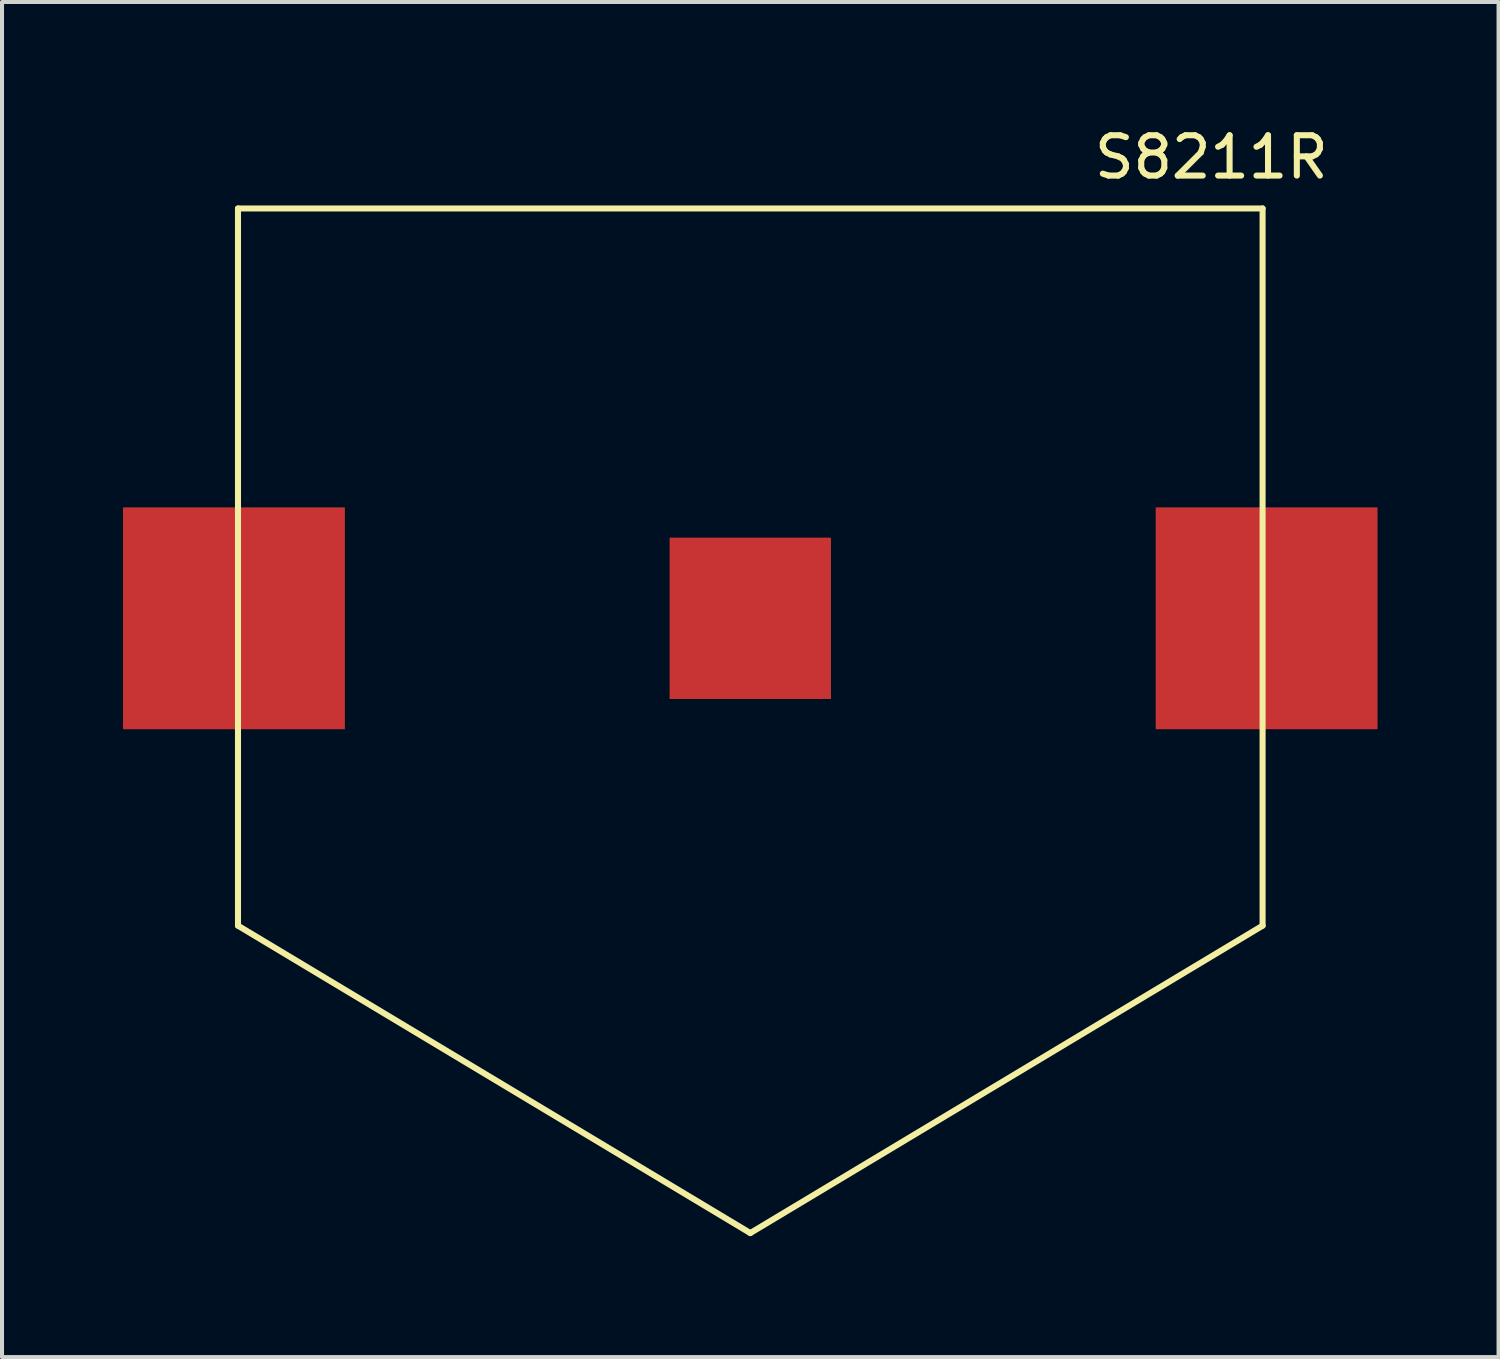
<source format=kicad_pcb>
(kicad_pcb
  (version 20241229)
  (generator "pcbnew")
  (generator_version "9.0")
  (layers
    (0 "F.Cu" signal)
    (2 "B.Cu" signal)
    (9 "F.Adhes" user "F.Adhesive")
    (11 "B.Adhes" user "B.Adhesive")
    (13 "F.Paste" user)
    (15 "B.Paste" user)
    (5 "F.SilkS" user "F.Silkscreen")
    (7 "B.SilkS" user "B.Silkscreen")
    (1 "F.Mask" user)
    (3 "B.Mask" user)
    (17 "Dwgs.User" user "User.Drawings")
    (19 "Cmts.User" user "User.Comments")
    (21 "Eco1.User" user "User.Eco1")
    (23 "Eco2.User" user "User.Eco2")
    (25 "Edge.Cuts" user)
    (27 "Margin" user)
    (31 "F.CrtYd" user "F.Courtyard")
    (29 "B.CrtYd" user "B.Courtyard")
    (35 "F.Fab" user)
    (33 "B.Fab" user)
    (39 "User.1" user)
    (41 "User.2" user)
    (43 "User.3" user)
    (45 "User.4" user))
  (footprint "S8211R"
    (layer "F.Cu")
    (at 15.55 12.278)
    (property "Reference" "S8211R" (at 11.43 -11.43 0) (layer "F.SilkS") (effects (font (size 1 1) (thickness 0.15))))
    (attr through_hole)
    (fp_line (start -12.7 -10.16) (end -12.7 -8.89) (stroke (width 0.15) (type solid)) (layer "F.SilkS"))
    (fp_line (start -12.7 7.62) (end -12.7 -8.89) (stroke (width 0.15) (type solid)) (layer "F.SilkS"))
    (fp_line (start 0 15.24) (end -12.7 7.62) (stroke (width 0.15) (type solid)) (layer "F.SilkS"))
    (fp_line (start 12.7 -10.16) (end -12.7 -10.16) (stroke (width 0.15) (type solid)) (layer "F.SilkS"))
    (fp_line (start 12.7 -10.16) (end 12.7 7.62) (stroke (width 0.15) (type solid)) (layer "F.SilkS"))
    (fp_line (start 12.7 7.62) (end 0 15.24) (stroke (width 0.15) (type solid)) (layer "F.SilkS"))
    (pad "1" smd rect (at -12.8 0) (size 5.5 5.5) (layers "F.Cu" "F.Mask" "F.Paste"))
    (pad "1" smd rect (at 12.8 0) (size 5.5 5.5) (layers "F.Cu" "F.Mask" "F.Paste"))
    (pad "2" smd rect (at 0 0) (size 4 4) (layers "F.Cu" "F.Mask" "F.Paste")))
  (gr_rect
    (start -3 -3)
    (end 34.1 30.593)
    (stroke (width 0.1) (type default))
    (fill no)
    (layer "Edge.Cuts")))
</source>
